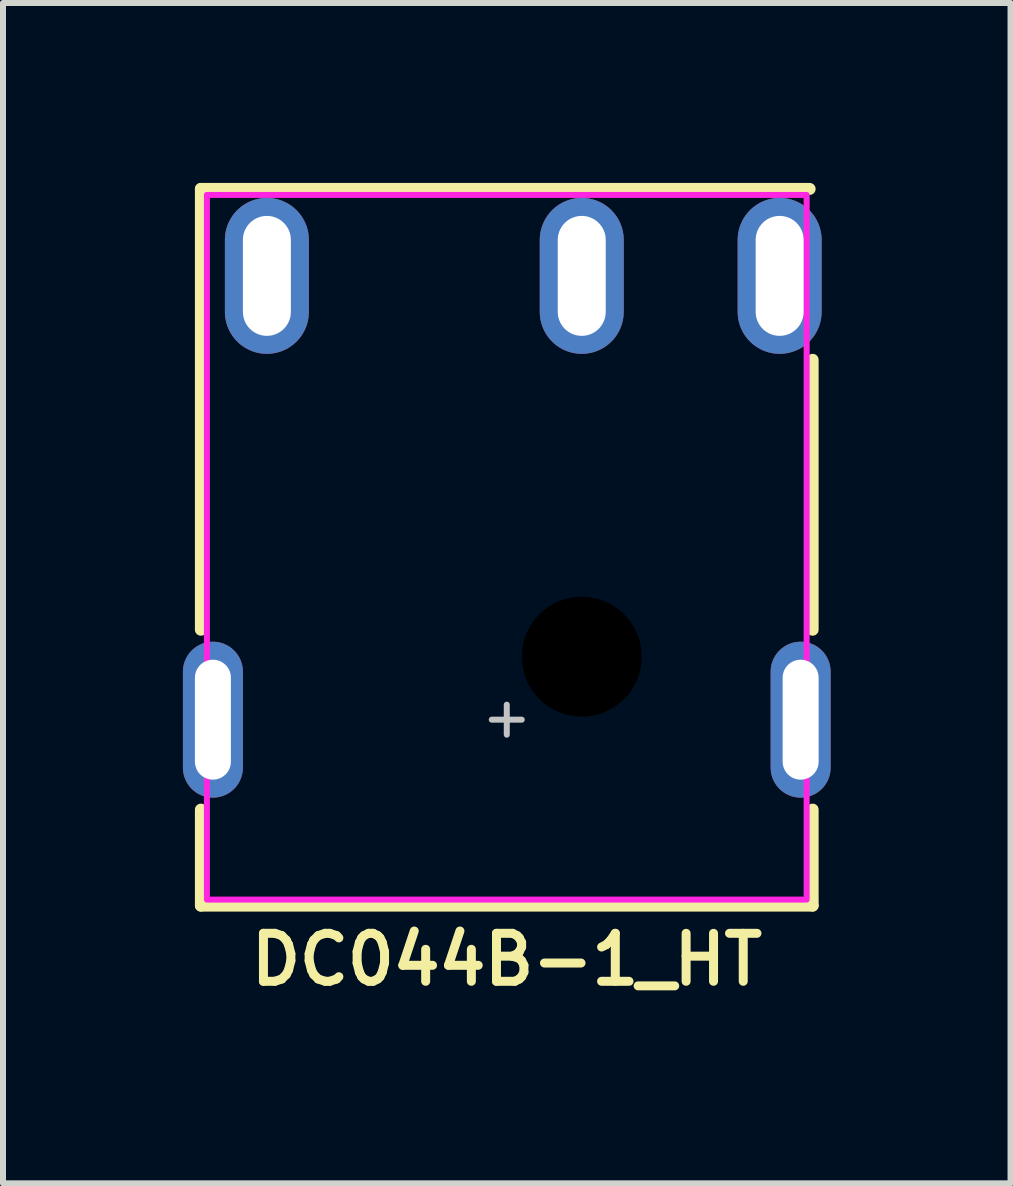
<source format=kicad_pcb>
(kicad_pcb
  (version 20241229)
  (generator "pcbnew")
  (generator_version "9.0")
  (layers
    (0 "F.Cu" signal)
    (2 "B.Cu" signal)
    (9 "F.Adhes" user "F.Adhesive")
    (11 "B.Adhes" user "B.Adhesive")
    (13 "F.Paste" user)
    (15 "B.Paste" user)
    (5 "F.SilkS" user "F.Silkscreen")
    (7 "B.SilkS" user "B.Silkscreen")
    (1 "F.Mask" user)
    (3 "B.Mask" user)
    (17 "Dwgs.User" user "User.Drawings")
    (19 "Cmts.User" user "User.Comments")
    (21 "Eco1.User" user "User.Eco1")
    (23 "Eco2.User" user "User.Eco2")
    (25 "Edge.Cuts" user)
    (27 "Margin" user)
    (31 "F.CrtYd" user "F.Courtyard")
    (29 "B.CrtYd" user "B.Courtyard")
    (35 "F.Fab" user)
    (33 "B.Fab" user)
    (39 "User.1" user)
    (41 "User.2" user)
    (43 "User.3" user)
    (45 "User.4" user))
  (footprint "DC044B-1_HT"
    (layer "F.Cu")
    (at 5.4 8.95)
    (property "Reference" "DC044B-1_HT" (at 0 4 0) (unlocked yes) (layer "F.SilkS") (effects (font (size 0.8 0.8) (thickness 0.15))))
    (attr through_hole)
    (fp_line (start -5.1 -8.85) (end 5.05 -8.85) (stroke (width 0.2) (type solid)) (layer "F.SilkS"))
    (fp_line (start -5.1 -1.5) (end -5.1 -8.85) (stroke (width 0.2) (type solid)) (layer "F.SilkS"))
    (fp_line (start -5.1 1.5) (end -5.1 3.1) (stroke (width 0.2) (type solid)) (layer "F.SilkS"))
    (fp_line (start -5.1 3.1) (end 5.1 3.1) (stroke (width 0.2) (type solid)) (layer "F.SilkS"))
    (fp_line (start 5.1 -1.5) (end 5.1 -6) (stroke (width 0.2) (type solid)) (layer "F.SilkS"))
    (fp_line (start 5.1 3.1) (end 5.1 1.5) (stroke (width 0.2) (type solid)) (layer "F.SilkS"))
    (fp_line (start -0.25 0) (end 0.25 0) (stroke (width 0.1) (type solid)) (layer "Dwgs.User"))
    (fp_line (start 0 -0.25) (end 0 0.25) (stroke (width 0.1) (type solid)) (layer "Dwgs.User"))
    (fp_rect (start -5 3) (end 5 -8.75) (stroke (width 0.1) (type solid)) (fill no) (layer "F.CrtYd"))
    (pad "" np_thru_hole circle (at 1.25 -1.05) (size 2 2) (drill 2) (layers "*.Mask"))
    (pad "COM" thru_hole oval (at -4 -7.4 90) (size 2.6 1.4) (drill oval 2 0.8) (layers "*.Cu" "*.Mask"))
    (pad "DET" thru_hole oval (at 1.25 -7.4 90) (size 2.6 1.4) (drill oval 2 0.8) (layers "*.Cu" "*.Mask"))
    (pad "PWR" thru_hole oval (at 4.55 -7.4 90) (size 2.6 1.4) (drill oval 2 0.8) (layers "*.Cu" "*.Mask"))
    (pad "SHELL" thru_hole oval (at -4.9 0 90) (size 2.6 1) (drill oval 2 0.6) (layers "*.Cu" "*.Mask"))
    (pad "SHELL" thru_hole oval (at 4.9 0 90) (size 2.6 1) (drill oval 2 0.6) (layers "*.Cu" "*.Mask")))
  (gr_rect
    (start -3 -3)
    (end 13.8 16.681)
    (stroke (width 0.1) (type default))
    (fill no)
    (layer "Edge.Cuts")))
</source>
